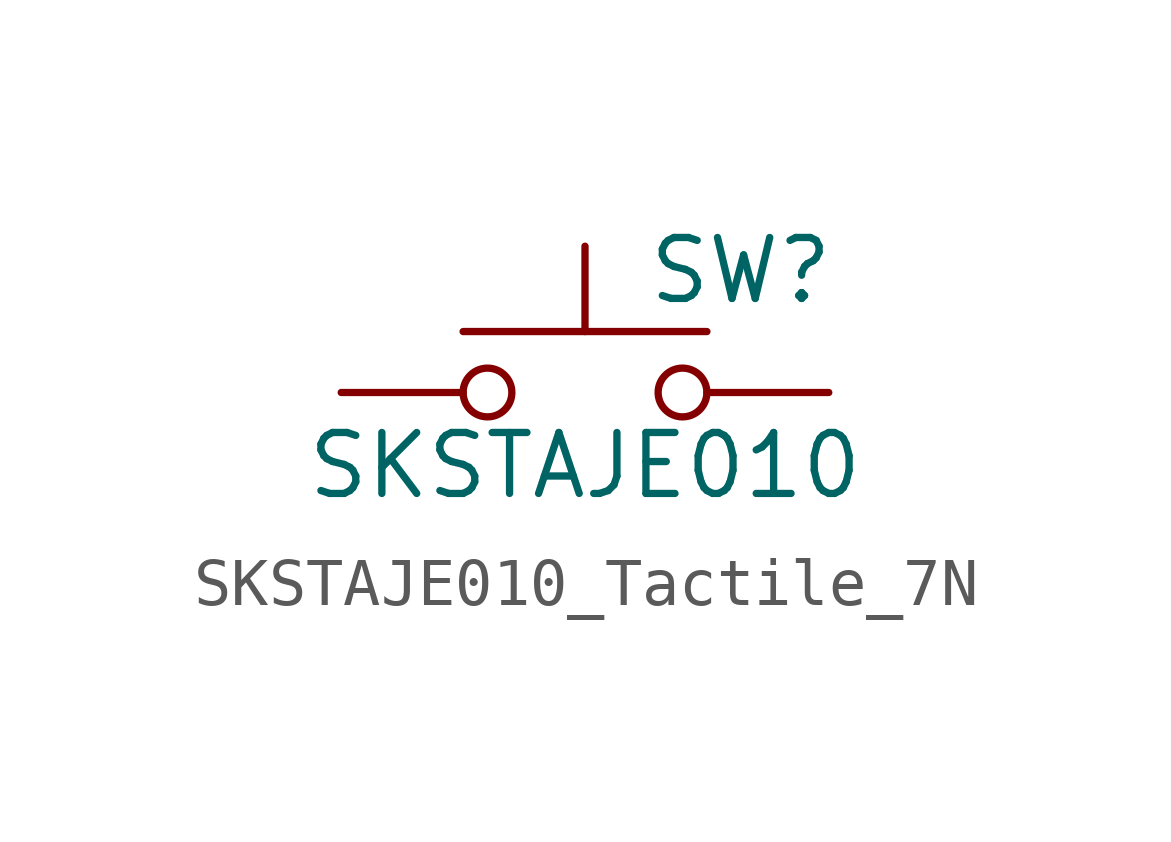
<source format=kicad_sym>
(kicad_symbol_lib
  (version 20220914)
  (generator kicad_symbol_editor)
  (symbol "SKSTAJE010_Tactile_7N"
    (pin_numbers hide)
    (pin_names
      (offset 1.016) hide)
    (property "Reference" "SW"
      (at 1.27 2.54 0)
      (effects (font (size 1.27 1.27)) (justify left)))
    (property "Value" "SKSTAJE010"
      (at 0 -1.524 0)
      (effects (font (size 1.27 1.27))))
    (symbol "SKSTAJE010_Tactile_7N_0_1"
      (circle (center -2.032 0) (radius 0.508) (stroke (width 0) (type default)) (fill (type none)))
      (polyline (pts (xy 0 1.27) (xy 0 3.048)) (stroke (width 0) (type default)) (fill (type none)))
      (polyline (pts (xy 2.54 1.27) (xy -2.54 1.27)) (stroke (width 0) (type default)) (fill (type none)))
      (circle (center 2.032 0) (radius 0.508) (stroke (width 0) (type default)) (fill (type none)))
      (pin passive line (at -5.08 0 0) (length 2.54) (name "1" (effects (font (size 1.27 1.27)))) (number "1" (effects (font (size 1.27 1.27)))))
      (pin passive line (at 5.08 0 180) (length 2.54) (name "2" (effects (font (size 1.27 1.27)))) (number "2" (effects (font (size 1.27 1.27))))))))
</source>
